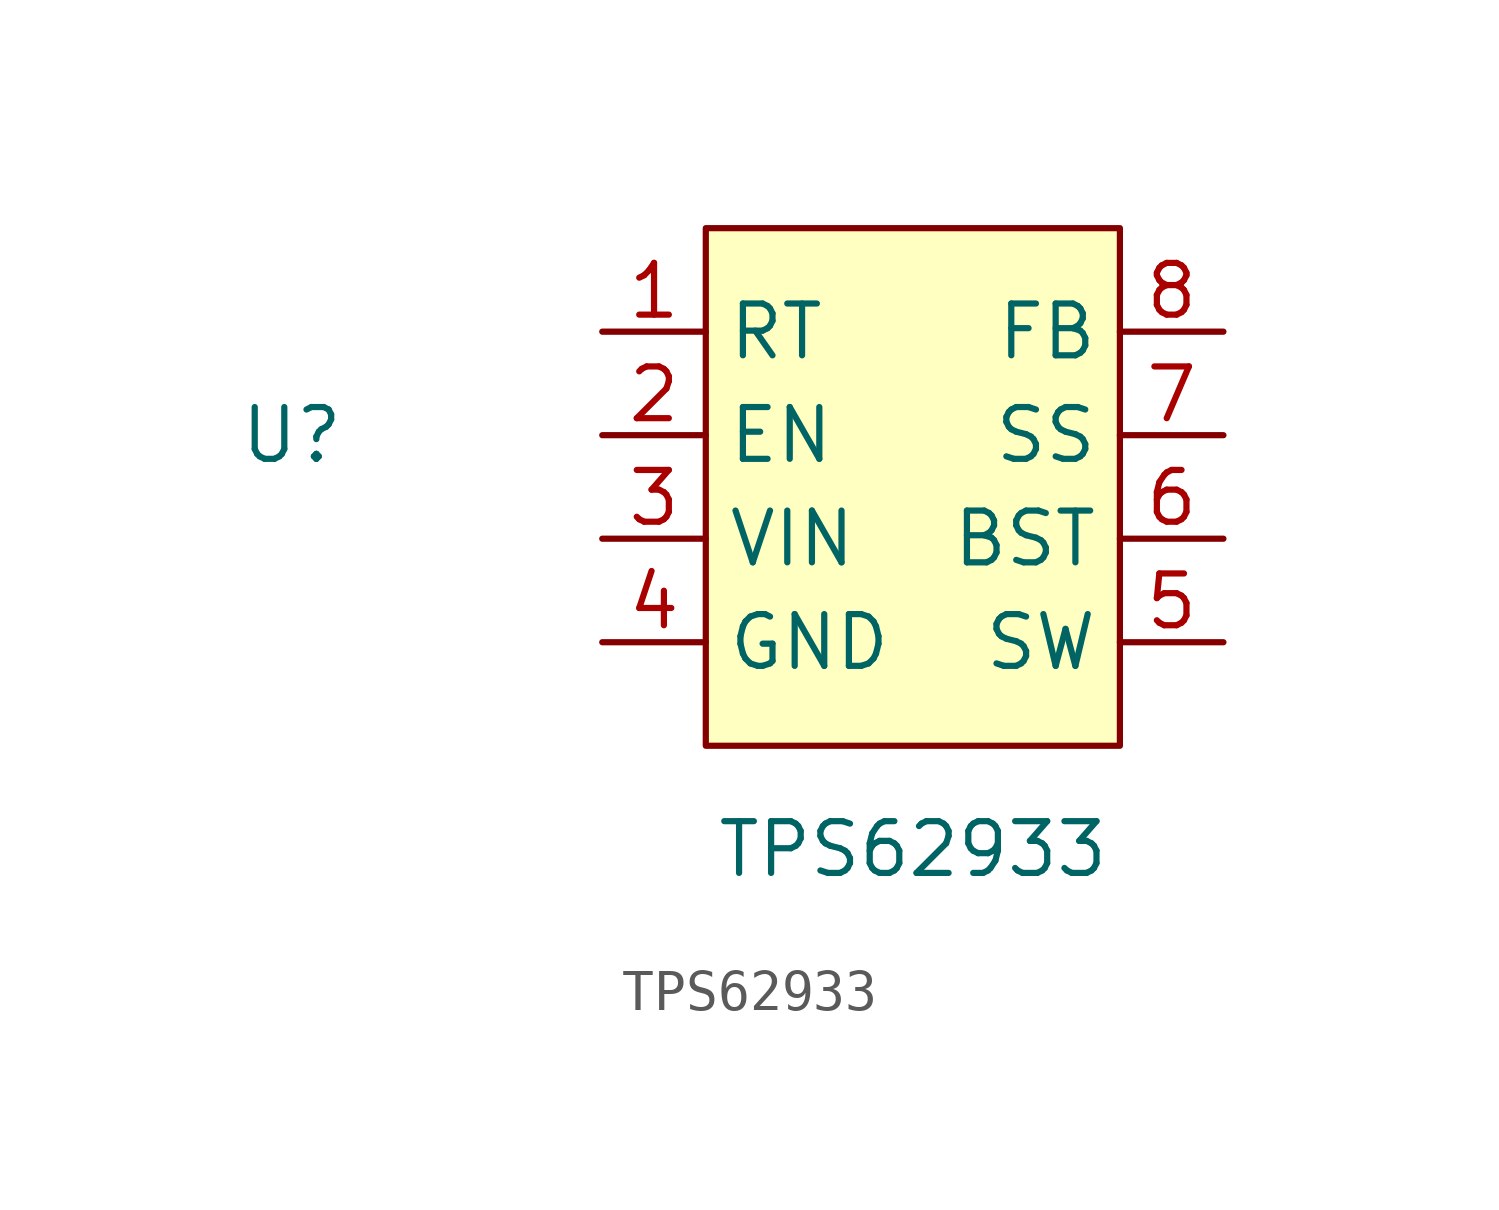
<source format=kicad_sym>
(kicad_symbol_lib
  (version 20211014)
  (generator kicad_symbol_editor)
  (symbol "TPS62933"
    (property "Reference" "U"
      (at -10.16 -2.54 0)
      (effects (font (size 1.27 1.27))))
    (property "Value" "TPS62933"
      (at 5.08 -12.7 0)
      (effects (font (size 1.27 1.27))))
    (symbol "TPS62933_0_1"
      (rectangle (start 0 2.54) (end 10.16 -10.16) (stroke (width 0) (type default) (color 0 0 0 0)) (fill (type background))))
    (symbol "TPS62933_1_1"
      (pin bidirectional line (at -2.54 0 0) (length 2.54) (name "RT" (effects (font (size 1.27 1.27)))) (number "1" (effects (font (size 1.27 1.27)))))
      (pin bidirectional line (at -2.54 -2.54 0) (length 2.54) (name "EN" (effects (font (size 1.27 1.27)))) (number "2" (effects (font (size 1.27 1.27)))))
      (pin bidirectional line (at -2.54 -5.08 0) (length 2.54) (name "VIN" (effects (font (size 1.27 1.27)))) (number "3" (effects (font (size 1.27 1.27)))))
      (pin bidirectional line (at -2.54 -7.62 0) (length 2.54) (name "GND" (effects (font (size 1.27 1.27)))) (number "4" (effects (font (size 1.27 1.27)))))
      (pin bidirectional line (at 12.7 -7.62 180) (length 2.54) (name "SW" (effects (font (size 1.27 1.27)))) (number "5" (effects (font (size 1.27 1.27)))))
      (pin bidirectional line (at 12.7 -5.08 180) (length 2.54) (name "BST" (effects (font (size 1.27 1.27)))) (number "6" (effects (font (size 1.27 1.27)))))
      (pin bidirectional line (at 12.7 -2.54 180) (length 2.54) (name "SS" (effects (font (size 1.27 1.27)))) (number "7" (effects (font (size 1.27 1.27)))))
      (pin bidirectional line (at 12.7 0 180) (length 2.54) (name "FB" (effects (font (size 1.27 1.27)))) (number "8" (effects (font (size 1.27 1.27))))))))
</source>
